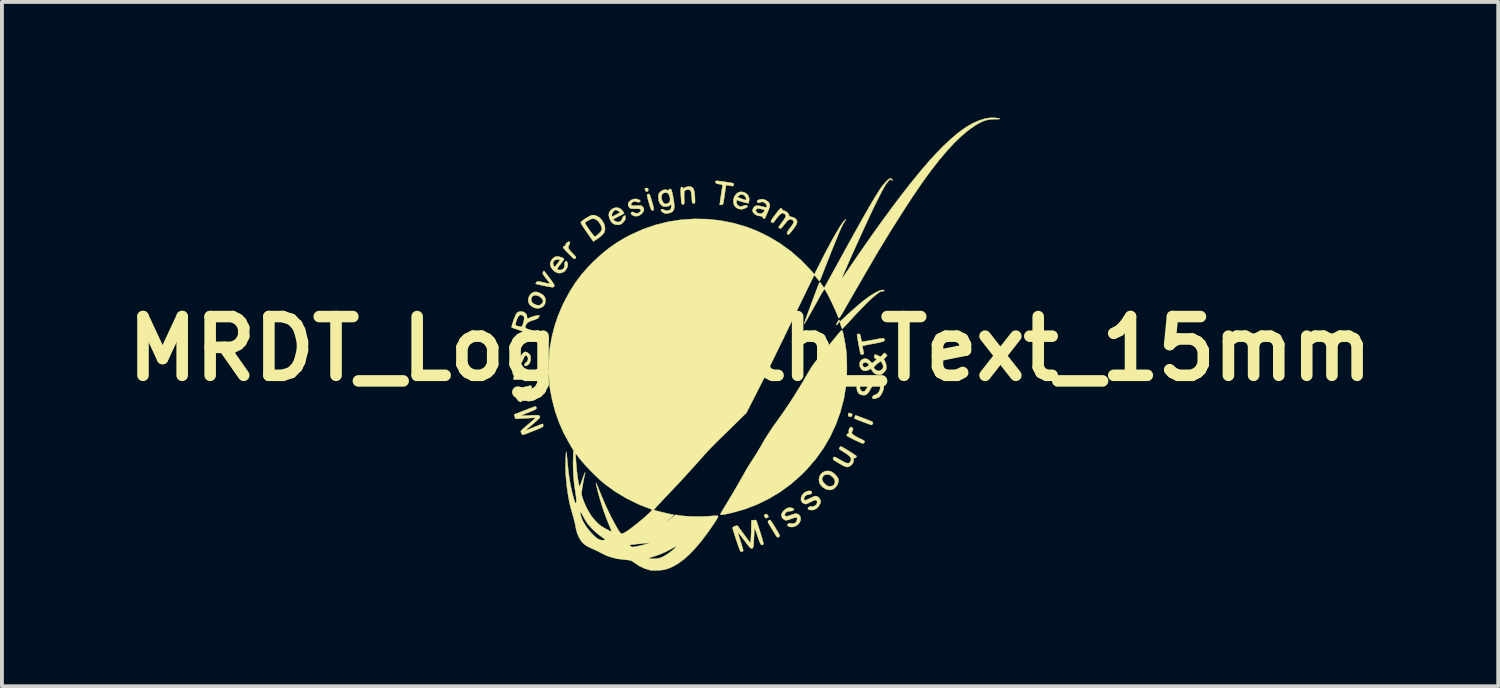
<source format=kicad_pcb>
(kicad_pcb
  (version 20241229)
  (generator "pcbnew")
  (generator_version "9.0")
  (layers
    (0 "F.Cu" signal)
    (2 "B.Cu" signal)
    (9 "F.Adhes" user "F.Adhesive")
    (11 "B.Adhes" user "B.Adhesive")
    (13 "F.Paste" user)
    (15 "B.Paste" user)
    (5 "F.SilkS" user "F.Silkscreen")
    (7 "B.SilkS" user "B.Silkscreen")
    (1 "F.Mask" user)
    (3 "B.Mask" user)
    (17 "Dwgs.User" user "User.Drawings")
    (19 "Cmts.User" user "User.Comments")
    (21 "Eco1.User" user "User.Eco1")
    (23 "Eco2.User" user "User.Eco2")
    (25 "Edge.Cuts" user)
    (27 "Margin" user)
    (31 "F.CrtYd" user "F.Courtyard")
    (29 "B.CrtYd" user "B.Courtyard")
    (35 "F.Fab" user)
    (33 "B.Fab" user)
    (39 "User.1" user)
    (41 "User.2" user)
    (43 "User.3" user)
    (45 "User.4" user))
  (footprint "MRDT_Logo_With_Text_15mm"
    (layer "F.Cu")
    (at 16.408 5.997)
    (property "Reference" "MRDT_Logo_With_Text_15mm" (at 0 0 0) (layer "F.SilkS") (effects (font (size 1.524 1.524) (thickness 0.3))))
    (attr through_hole)
    (fp_poly (pts (xy 2.604 1.674) (xy 2.641 1.691) (xy 2.651 1.711) (xy 2.643 1.743) (xy 2.62 1.765) (xy 2.583 1.765) (xy 2.558 1.754) (xy 2.543 1.726) (xy 2.546 1.699) (xy 2.556 1.671) (xy 2.574 1.666) (xy 2.604 1.674)) (stroke (width 0.01) (type solid)) (fill yes) (layer "F.SilkS"))
    (fp_poly (pts (xy -2.664 -4.169) (xy -2.649 -4.159) (xy -2.637 -4.12) (xy -2.65 -4.089) (xy -2.669 -4.078) (xy -2.698 -4.08) (xy -2.717 -4.109) (xy -2.718 -4.11) (xy -2.73 -4.144) (xy -2.728 -4.159) (xy -2.707 -4.167) (xy -2.697 -4.169) (xy -2.664 -4.169)) (stroke (width 0.01) (type solid)) (fill yes) (layer "F.SilkS"))
    (fp_poly (pts (xy 2.323 -0.74) (xy 2.32 -0.709) (xy 2.32 -0.709) (xy 2.308 -0.685) (xy 2.286 -0.656) (xy 2.261 -0.63) (xy 2.242 -0.615) (xy 2.235 -0.617) (xy 2.241 -0.637) (xy 2.258 -0.674) (xy 2.267 -0.692) (xy 2.291 -0.73) (xy 2.312 -0.747) (xy 2.323 -0.74)) (stroke (width 0.01) (type solid)) (fill yes) (layer "F.SilkS"))
    (fp_poly (pts (xy 0.445 4.3) (xy 0.458 4.319) (xy 0.475 4.349) (xy 0.48 4.364) (xy 0.48 4.364) (xy 0.463 4.374) (xy 0.439 4.387) (xy 0.412 4.396) (xy 0.394 4.385) (xy 0.379 4.359) (xy 0.365 4.326) (xy 0.369 4.309) (xy 0.393 4.295) (xy 0.423 4.287) (xy 0.445 4.3)) (stroke (width 0.01) (type solid)) (fill yes) (layer "F.SilkS"))
    (fp_poly (pts (xy -2.606 -4.001) (xy -2.59 -3.967) (xy -2.554 -3.848) (xy -2.527 -3.757) (xy -2.509 -3.689) (xy -2.501 -3.641) (xy -2.501 -3.611) (xy -2.508 -3.593) (xy -2.524 -3.586) (xy -2.536 -3.585) (xy -2.55 -3.59) (xy -2.564 -3.609) (xy -2.581 -3.647) (xy -2.601 -3.706) (xy -2.625 -3.789) (xy -2.65 -3.877) (xy -2.665 -3.939) (xy -2.671 -3.979) (xy -2.669 -4) (xy -2.664 -4.006) (xy -2.63 -4.018) (xy -2.606 -4.001)) (stroke (width 0.01) (type solid)) (fill yes) (layer "F.SilkS"))
    (fp_poly (pts (xy 2.947 1.804) (xy 3.026 1.834) (xy 3.094 1.861) (xy 3.145 1.883) (xy 3.175 1.898) (xy 3.179 1.9) (xy 3.188 1.925) (xy 3.179 1.954) (xy 3.157 1.974) (xy 3.146 1.976) (xy 3.125 1.97) (xy 3.079 1.954) (xy 3.017 1.931) (xy 2.942 1.903) (xy 2.926 1.896) (xy 2.851 1.867) (xy 2.786 1.842) (xy 2.738 1.823) (xy 2.713 1.814) (xy 2.712 1.813) (xy 2.708 1.797) (xy 2.717 1.766) (xy 2.736 1.725) (xy 2.947 1.804)) (stroke (width 0.01) (type solid)) (fill yes) (layer "F.SilkS"))
    (fp_poly (pts (xy 0.536 4.458) (xy 0.562 4.494) (xy 0.596 4.547) (xy 0.635 4.609) (xy 0.675 4.675) (xy 0.713 4.738) (xy 0.743 4.793) (xy 0.764 4.832) (xy 0.771 4.85) (xy 0.759 4.873) (xy 0.74 4.887) (xy 0.719 4.893) (xy 0.7 4.883) (xy 0.675 4.851) (xy 0.665 4.835) (xy 0.637 4.791) (xy 0.599 4.729) (xy 0.557 4.66) (xy 0.535 4.624) (xy 0.497 4.56) (xy 0.473 4.517) (xy 0.463 4.491) (xy 0.464 4.474) (xy 0.474 4.462) (xy 0.478 4.46) (xy 0.507 4.444) (xy 0.522 4.443) (xy 0.536 4.458)) (stroke (width 0.01) (type solid)) (fill yes) (layer "F.SilkS"))
    (fp_poly (pts (xy -4.677 -2.769) (xy -4.673 -2.74) (xy -4.686 -2.701) (xy -4.696 -2.686) (xy -4.713 -2.657) (xy -4.717 -2.629) (xy -4.706 -2.598) (xy -4.678 -2.557) (xy -4.629 -2.502) (xy -4.595 -2.466) (xy -4.55 -2.418) (xy -4.524 -2.387) (xy -4.515 -2.368) (xy -4.519 -2.353) (xy -4.53 -2.342) (xy -4.543 -2.333) (xy -4.558 -2.332) (xy -4.578 -2.343) (xy -4.608 -2.367) (xy -4.652 -2.41) (xy -4.709 -2.467) (xy -4.775 -2.535) (xy -4.82 -2.585) (xy -4.844 -2.619) (xy -4.85 -2.641) (xy -4.849 -2.645) (xy -4.829 -2.664) (xy -4.815 -2.663) (xy -4.795 -2.665) (xy -4.791 -2.687) (xy -4.778 -2.721) (xy -4.748 -2.755) (xy -4.713 -2.778) (xy -4.7 -2.781) (xy -4.677 -2.769)) (stroke (width 0.01) (type solid)) (fill yes) (layer "F.SilkS"))
    (fp_poly (pts (xy -6.081 0.576) (xy -6.064 0.605) (xy -6.061 0.628) (xy -6.055 0.661) (xy -6.037 0.683) (xy -6.001 0.698) (xy -5.942 0.705) (xy -5.856 0.707) (xy -5.845 0.707) (xy -5.774 0.708) (xy -5.729 0.71) (xy -5.704 0.715) (xy -5.693 0.724) (xy -5.691 0.74) (xy -5.691 0.745) (xy -5.693 0.763) (xy -5.702 0.775) (xy -5.725 0.782) (xy -5.768 0.788) (xy -5.837 0.793) (xy -5.838 0.793) (xy -5.951 0.8) (xy -6.035 0.803) (xy -6.093 0.802) (xy -6.127 0.797) (xy -6.14 0.787) (xy -6.141 0.784) (xy -6.132 0.753) (xy -6.126 0.74) (xy -6.123 0.707) (xy -6.134 0.685) (xy -6.155 0.645) (xy -6.15 0.61) (xy -6.137 0.589) (xy -6.109 0.569) (xy -6.081 0.576)) (stroke (width 0.01) (type solid)) (fill yes) (layer "F.SilkS"))
    (fp_poly (pts (xy 3.467 -1.521) (xy 3.476 -1.514) (xy 3.483 -1.501) (xy 3.464 -1.495) (xy 3.45 -1.495) (xy 3.418 -1.492) (xy 3.385 -1.482) (xy 3.347 -1.46) (xy 3.297 -1.424) (xy 3.231 -1.37) (xy 3.215 -1.358) (xy 3.125 -1.278) (xy 3.016 -1.173) (xy 2.89 -1.044) (xy 2.745 -0.892) (xy 2.59 -0.723) (xy 2.529 -0.657) (xy 2.475 -0.599) (xy 2.432 -0.554) (xy 2.403 -0.525) (xy 2.394 -0.517) (xy 2.383 -0.529) (xy 2.368 -0.563) (xy 2.354 -0.605) (xy 2.327 -0.698) (xy 2.429 -0.795) (xy 2.535 -0.893) (xy 2.644 -0.992) (xy 2.753 -1.087) (xy 2.853 -1.173) (xy 2.94 -1.243) (xy 2.974 -1.27) (xy 3.089 -1.354) (xy 3.195 -1.422) (xy 3.288 -1.474) (xy 3.366 -1.509) (xy 3.426 -1.525) (xy 3.467 -1.521)) (stroke (width 0.01) (type solid)) (fill yes) (layer "F.SilkS"))
    (fp_poly (pts (xy 2.649 2.047) (xy 2.671 2.071) (xy 2.67 2.095) (xy 2.659 2.119) (xy 2.643 2.157) (xy 2.637 2.182) (xy 2.65 2.207) (xy 2.688 2.239) (xy 2.745 2.276) (xy 2.814 2.313) (xy 2.867 2.338) (xy 2.928 2.366) (xy 2.962 2.389) (xy 2.972 2.412) (xy 2.961 2.438) (xy 2.954 2.447) (xy 2.943 2.455) (xy 2.927 2.457) (xy 2.9 2.45) (xy 2.857 2.433) (xy 2.795 2.405) (xy 2.713 2.366) (xy 2.629 2.324) (xy 2.571 2.294) (xy 2.533 2.273) (xy 2.513 2.257) (xy 2.506 2.244) (xy 2.509 2.231) (xy 2.513 2.225) (xy 2.534 2.201) (xy 2.551 2.198) (xy 2.563 2.192) (xy 2.563 2.16) (xy 2.562 2.151) (xy 2.563 2.097) (xy 2.585 2.057) (xy 2.609 2.031) (xy 2.626 2.029) (xy 2.649 2.047)) (stroke (width 0.01) (type solid)) (fill yes) (layer "F.SilkS"))
    (fp_poly (pts (xy -5.481 -1.457) (xy -5.436 -1.437) (xy -5.365 -1.391) (xy -5.323 -1.335) (xy -5.306 -1.266) (xy -5.305 -1.245) (xy -5.319 -1.169) (xy -5.357 -1.109) (xy -5.413 -1.068) (xy -5.482 -1.048) (xy -5.56 -1.052) (xy -5.629 -1.077) (xy -5.677 -1.109) (xy -5.717 -1.146) (xy -5.722 -1.151) (xy -5.75 -1.211) (xy -5.753 -1.264) (xy -5.68 -1.264) (xy -5.661 -1.211) (xy -5.611 -1.166) (xy -5.595 -1.157) (xy -5.522 -1.129) (xy -5.459 -1.13) (xy -5.411 -1.158) (xy -5.403 -1.168) (xy -5.379 -1.206) (xy -5.369 -1.239) (xy -5.369 -1.24) (xy -5.383 -1.279) (xy -5.417 -1.321) (xy -5.463 -1.358) (xy -5.511 -1.379) (xy -5.514 -1.38) (xy -5.581 -1.388) (xy -5.627 -1.377) (xy -5.658 -1.346) (xy -5.668 -1.326) (xy -5.68 -1.264) (xy -5.753 -1.264) (xy -5.754 -1.281) (xy -5.736 -1.35) (xy -5.698 -1.411) (xy -5.644 -1.454) (xy -5.592 -1.474) (xy -5.541 -1.475) (xy -5.481 -1.457)) (stroke (width 0.01) (type solid)) (fill yes) (layer "F.SilkS"))
    (fp_poly (pts (xy -5.335 -2.009) (xy -5.308 -1.974) (xy -5.269 -1.923) (xy -5.222 -1.86) (xy -5.203 -1.835) (xy -5.147 -1.761) (xy -5.11 -1.707) (xy -5.087 -1.67) (xy -5.078 -1.644) (xy -5.079 -1.627) (xy -5.081 -1.622) (xy -5.089 -1.608) (xy -5.1 -1.6) (xy -5.118 -1.596) (xy -5.149 -1.598) (xy -5.197 -1.605) (xy -5.266 -1.618) (xy -5.357 -1.637) (xy -5.434 -1.653) (xy -5.497 -1.668) (xy -5.541 -1.679) (xy -5.561 -1.686) (xy -5.562 -1.687) (xy -5.553 -1.705) (xy -5.538 -1.727) (xy -5.527 -1.74) (xy -5.513 -1.747) (xy -5.49 -1.747) (xy -5.451 -1.741) (xy -5.392 -1.728) (xy -5.346 -1.717) (xy -5.279 -1.702) (xy -5.227 -1.693) (xy -5.196 -1.691) (xy -5.19 -1.694) (xy -5.205 -1.714) (xy -5.235 -1.753) (xy -5.275 -1.803) (xy -5.296 -1.83) (xy -5.34 -1.887) (xy -5.366 -1.925) (xy -5.377 -1.951) (xy -5.377 -1.972) (xy -5.371 -1.989) (xy -5.356 -2.016) (xy -5.347 -2.024) (xy -5.335 -2.009)) (stroke (width 0.01) (type solid)) (fill yes) (layer "F.SilkS"))
    (fp_poly (pts (xy -0.83 -4.354) (xy -0.776 -4.347) (xy -0.708 -4.338) (xy -0.634 -4.327) (xy -0.562 -4.316) (xy -0.498 -4.305) (xy -0.451 -4.295) (xy -0.426 -4.289) (xy -0.425 -4.288) (xy -0.419 -4.264) (xy -0.431 -4.236) (xy -0.452 -4.219) (xy -0.463 -4.218) (xy -0.496 -4.225) (xy -0.544 -4.234) (xy -0.557 -4.236) (xy -0.623 -4.246) (xy -0.651 -4.056) (xy -0.667 -3.948) (xy -0.679 -3.867) (xy -0.689 -3.81) (xy -0.697 -3.773) (xy -0.705 -3.75) (xy -0.714 -3.739) (xy -0.724 -3.735) (xy -0.738 -3.733) (xy -0.744 -3.733) (xy -0.776 -3.731) (xy -0.788 -3.736) (xy -0.785 -3.757) (xy -0.779 -3.802) (xy -0.77 -3.866) (xy -0.76 -3.94) (xy -0.748 -4.017) (xy -0.737 -4.091) (xy -0.727 -4.155) (xy -0.719 -4.201) (xy -0.716 -4.222) (xy -0.714 -4.242) (xy -0.726 -4.255) (xy -0.759 -4.264) (xy -0.8 -4.27) (xy -0.853 -4.28) (xy -0.882 -4.292) (xy -0.895 -4.309) (xy -0.897 -4.32) (xy -0.895 -4.348) (xy -0.87 -4.356) (xy -0.865 -4.356) (xy -0.83 -4.354)) (stroke (width 0.01) (type solid)) (fill yes) (layer "F.SilkS"))
    (fp_poly (pts (xy 2.095 3.182) (xy 2.143 3.208) (xy 2.196 3.252) (xy 2.245 3.304) (xy 2.281 3.356) (xy 2.292 3.384) (xy 2.294 3.45) (xy 2.271 3.517) (xy 2.23 3.58) (xy 2.177 3.63) (xy 2.116 3.659) (xy 2.078 3.664) (xy 2.026 3.659) (xy 1.98 3.648) (xy 1.978 3.647) (xy 1.939 3.627) (xy 1.893 3.597) (xy 1.885 3.591) (xy 1.826 3.53) (xy 1.794 3.461) (xy 1.787 3.402) (xy 1.869 3.402) (xy 1.894 3.453) (xy 1.935 3.499) (xy 1.979 3.539) (xy 2.013 3.56) (xy 2.05 3.568) (xy 2.072 3.569) (xy 2.136 3.559) (xy 2.17 3.537) (xy 2.197 3.489) (xy 2.202 3.446) (xy 2.197 3.405) (xy 2.178 3.369) (xy 2.139 3.327) (xy 2.137 3.325) (xy 2.094 3.288) (xy 2.057 3.269) (xy 2.013 3.264) (xy 2.002 3.263) (xy 1.951 3.268) (xy 1.918 3.285) (xy 1.898 3.306) (xy 1.87 3.355) (xy 1.869 3.402) (xy 1.787 3.402) (xy 1.785 3.39) (xy 1.799 3.321) (xy 1.831 3.26) (xy 1.881 3.21) (xy 1.944 3.178) (xy 2.02 3.168) (xy 2.095 3.182)) (stroke (width 0.01) (type solid)) (fill yes) (layer "F.SilkS"))
    (fp_poly (pts (xy 2.84 -0.382) (xy 2.854 -0.366) (xy 2.866 -0.33) (xy 2.874 -0.287) (xy 2.885 -0.235) (xy 2.894 -0.196) (xy 2.899 -0.182) (xy 2.916 -0.183) (xy 2.96 -0.189) (xy 3.025 -0.2) (xy 3.106 -0.214) (xy 3.191 -0.23) (xy 3.296 -0.25) (xy 3.375 -0.264) (xy 3.429 -0.27) (xy 3.464 -0.27) (xy 3.482 -0.262) (xy 3.489 -0.247) (xy 3.487 -0.224) (xy 3.486 -0.214) (xy 3.479 -0.203) (xy 3.46 -0.191) (xy 3.425 -0.18) (xy 3.371 -0.166) (xy 3.292 -0.149) (xy 3.199 -0.131) (xy 3.108 -0.114) (xy 3.03 -0.098) (xy 2.968 -0.086) (xy 2.928 -0.078) (xy 2.915 -0.074) (xy 2.916 -0.057) (xy 2.924 -0.014) (xy 2.937 0.05) (xy 2.95 0.107) (xy 2.949 0.134) (xy 2.924 0.147) (xy 2.916 0.149) (xy 2.883 0.149) (xy 2.868 0.138) (xy 2.86 0.11) (xy 2.849 0.06) (xy 2.836 -0.007) (xy 2.821 -0.082) (xy 2.807 -0.161) (xy 2.794 -0.236) (xy 2.784 -0.301) (xy 2.777 -0.348) (xy 2.775 -0.372) (xy 2.775 -0.374) (xy 2.796 -0.383) (xy 2.819 -0.386) (xy 2.84 -0.382)) (stroke (width 0.01) (type solid)) (fill yes) (layer "F.SilkS"))
    (fp_poly (pts (xy -3.409 -3.655) (xy -3.345 -3.62) (xy -3.293 -3.559) (xy -3.292 -3.558) (xy -3.265 -3.51) (xy -3.558 -3.355) (xy -3.521 -3.325) (xy -3.463 -3.293) (xy -3.407 -3.287) (xy -3.359 -3.307) (xy -3.326 -3.35) (xy -3.317 -3.377) (xy -3.298 -3.42) (xy -3.265 -3.45) (xy -3.24 -3.456) (xy -3.234 -3.442) (xy -3.231 -3.407) (xy -3.231 -3.398) (xy -3.237 -3.356) (xy -3.258 -3.317) (xy -3.294 -3.278) (xy -3.334 -3.24) (xy -3.369 -3.222) (xy -3.411 -3.216) (xy -3.436 -3.215) (xy -3.505 -3.222) (xy -3.555 -3.246) (xy -3.559 -3.249) (xy -3.61 -3.306) (xy -3.648 -3.381) (xy -3.665 -3.46) (xy -3.665 -3.472) (xy -3.665 -3.473) (xy -3.585 -3.473) (xy -3.585 -3.424) (xy -3.48 -3.476) (xy -3.429 -3.503) (xy -3.392 -3.525) (xy -3.376 -3.539) (xy -3.376 -3.54) (xy -3.389 -3.555) (xy -3.42 -3.574) (xy -3.456 -3.592) (xy -3.485 -3.601) (xy -3.488 -3.601) (xy -3.52 -3.587) (xy -3.552 -3.554) (xy -3.576 -3.511) (xy -3.585 -3.473) (xy -3.665 -3.473) (xy -3.659 -3.523) (xy -3.636 -3.566) (xy -3.613 -3.595) (xy -3.55 -3.643) (xy -3.48 -3.662) (xy -3.409 -3.655)) (stroke (width 0.01) (type solid)) (fill yes) (layer "F.SilkS"))
    (fp_poly (pts (xy 2.38 2.545) (xy 2.423 2.568) (xy 2.479 2.601) (xy 2.542 2.639) (xy 2.607 2.68) (xy 2.668 2.719) (xy 2.718 2.753) (xy 2.753 2.778) (xy 2.765 2.79) (xy 2.753 2.819) (xy 2.725 2.835) (xy 2.707 2.834) (xy 2.692 2.837) (xy 2.686 2.864) (xy 2.685 2.894) (xy 2.68 2.943) (xy 2.66 2.982) (xy 2.63 3.016) (xy 2.577 3.056) (xy 2.523 3.069) (xy 2.461 3.055) (xy 2.418 3.034) (xy 2.37 3.007) (xy 2.308 2.972) (xy 2.247 2.935) (xy 2.193 2.903) (xy 2.163 2.881) (xy 2.152 2.863) (xy 2.154 2.845) (xy 2.159 2.834) (xy 2.167 2.816) (xy 2.177 2.807) (xy 2.192 2.806) (xy 2.219 2.816) (xy 2.262 2.839) (xy 2.326 2.875) (xy 2.355 2.892) (xy 2.436 2.936) (xy 2.495 2.962) (xy 2.538 2.971) (xy 2.569 2.964) (xy 2.593 2.942) (xy 2.595 2.938) (xy 2.618 2.895) (xy 2.621 2.853) (xy 2.602 2.812) (xy 2.559 2.768) (xy 2.49 2.717) (xy 2.41 2.666) (xy 2.355 2.633) (xy 2.323 2.611) (xy 2.311 2.594) (xy 2.313 2.579) (xy 2.32 2.566) (xy 2.342 2.541) (xy 2.357 2.535) (xy 2.38 2.545)) (stroke (width 0.01) (type solid)) (fill yes) (layer "F.SilkS"))
    (fp_poly (pts (xy -4.031 -3.465) (xy -3.958 -3.437) (xy -3.891 -3.388) (xy -3.833 -3.322) (xy -3.789 -3.244) (xy -3.765 -3.16) (xy -3.762 -3.119) (xy -3.767 -3.064) (xy -3.785 -3.015) (xy -3.819 -2.968) (xy -3.874 -2.917) (xy -3.952 -2.858) (xy -3.99 -2.832) (xy -4.065 -2.781) (xy -4.236 -3.024) (xy -4.297 -3.113) (xy -4.342 -3.18) (xy -4.371 -3.228) (xy -4.387 -3.26) (xy -4.389 -3.269) (xy -4.281 -3.269) (xy -4.276 -3.25) (xy -4.255 -3.213) (xy -4.223 -3.162) (xy -4.183 -3.103) (xy -4.14 -3.043) (xy -4.099 -2.988) (xy -4.063 -2.944) (xy -4.037 -2.916) (xy -4.026 -2.91) (xy -4.003 -2.92) (xy -3.966 -2.948) (xy -3.923 -2.987) (xy -3.922 -2.987) (xy -3.873 -3.04) (xy -3.848 -3.084) (xy -3.846 -3.131) (xy -3.865 -3.188) (xy -3.883 -3.227) (xy -3.933 -3.302) (xy -3.994 -3.352) (xy -4.061 -3.375) (xy -4.078 -3.376) (xy -4.115 -3.368) (xy -4.165 -3.346) (xy -4.218 -3.318) (xy -4.26 -3.289) (xy -4.281 -3.269) (xy -4.389 -3.269) (xy -4.391 -3.28) (xy -4.387 -3.289) (xy -4.357 -3.317) (xy -4.308 -3.352) (xy -4.249 -3.391) (xy -4.189 -3.426) (xy -4.137 -3.453) (xy -4.103 -3.466) (xy -4.031 -3.465)) (stroke (width 0.01) (type solid)) (fill yes) (layer "F.SilkS"))
    (fp_poly (pts (xy -1.546 -4.207) (xy -1.502 -4.189) (xy -1.469 -4.15) (xy -1.448 -4.089) (xy -1.435 -4) (xy -1.429 -3.899) (xy -1.428 -3.835) (xy -1.429 -3.797) (xy -1.436 -3.777) (xy -1.448 -3.771) (xy -1.464 -3.77) (xy -1.482 -3.771) (xy -1.494 -3.78) (xy -1.502 -3.801) (xy -1.507 -3.841) (xy -1.512 -3.906) (xy -1.513 -3.927) (xy -1.52 -3.997) (xy -1.528 -4.056) (xy -1.538 -4.096) (xy -1.543 -4.108) (xy -1.578 -4.127) (xy -1.626 -4.129) (xy -1.673 -4.114) (xy -1.681 -4.109) (xy -1.695 -4.095) (xy -1.704 -4.076) (xy -1.708 -4.044) (xy -1.709 -3.992) (xy -1.708 -3.916) (xy -1.706 -3.84) (xy -1.706 -3.791) (xy -1.709 -3.763) (xy -1.717 -3.75) (xy -1.73 -3.746) (xy -1.741 -3.746) (xy -1.759 -3.747) (xy -1.771 -3.757) (xy -1.779 -3.779) (xy -1.785 -3.822) (xy -1.79 -3.89) (xy -1.79 -3.893) (xy -1.797 -4) (xy -1.801 -4.079) (xy -1.8 -4.134) (xy -1.796 -4.169) (xy -1.787 -4.188) (xy -1.774 -4.195) (xy -1.768 -4.196) (xy -1.741 -4.185) (xy -1.736 -4.169) (xy -1.734 -4.152) (xy -1.721 -4.157) (xy -1.705 -4.171) (xy -1.669 -4.191) (xy -1.619 -4.205) (xy -1.604 -4.207) (xy -1.546 -4.207)) (stroke (width 0.01) (type solid)) (fill yes) (layer "F.SilkS"))
    (fp_poly (pts (xy -0.15 -4.058) (xy -0.088 -4.021) (xy -0.043 -3.966) (xy -0.022 -3.898) (xy -0.024 -3.845) (xy -0.033 -3.804) (xy -0.04 -3.778) (xy -0.041 -3.776) (xy -0.058 -3.776) (xy -0.099 -3.784) (xy -0.156 -3.799) (xy -0.197 -3.81) (xy -0.346 -3.855) (xy -0.351 -3.815) (xy -0.345 -3.761) (xy -0.316 -3.718) (xy -0.272 -3.693) (xy -0.221 -3.69) (xy -0.183 -3.705) (xy -0.145 -3.72) (xy -0.106 -3.723) (xy -0.075 -3.714) (xy -0.064 -3.697) (xy -0.078 -3.675) (xy -0.114 -3.651) (xy -0.16 -3.631) (xy -0.207 -3.619) (xy -0.225 -3.618) (xy -0.28 -3.625) (xy -0.334 -3.644) (xy -0.334 -3.644) (xy -0.389 -3.688) (xy -0.423 -3.75) (xy -0.434 -3.825) (xy -0.422 -3.906) (xy -0.409 -3.938) (xy -0.322 -3.938) (xy -0.308 -3.928) (xy -0.272 -3.912) (xy -0.225 -3.893) (xy -0.175 -3.876) (xy -0.131 -3.864) (xy -0.107 -3.859) (xy -0.1 -3.872) (xy -0.103 -3.902) (xy -0.128 -3.953) (xy -0.169 -3.99) (xy -0.215 -4.003) (xy -0.252 -3.995) (xy -0.289 -3.975) (xy -0.316 -3.952) (xy -0.322 -3.938) (xy -0.409 -3.938) (xy -0.402 -3.955) (xy -0.354 -4.022) (xy -0.294 -4.061) (xy -0.227 -4.072) (xy -0.15 -4.058)) (stroke (width 0.01) (type solid)) (fill yes) (layer "F.SilkS"))
    (fp_poly (pts (xy -2.948 -3.886) (xy -2.902 -3.875) (xy -2.867 -3.858) (xy -2.848 -3.837) (xy -2.85 -3.817) (xy -2.872 -3.803) (xy -2.904 -3.802) (xy -2.947 -3.811) (xy -2.951 -3.812) (xy -2.993 -3.823) (xy -3.025 -3.816) (xy -3.045 -3.804) (xy -3.075 -3.775) (xy -3.087 -3.744) (xy -3.084 -3.726) (xy -3.072 -3.716) (xy -3.042 -3.713) (xy -2.989 -3.714) (xy -2.978 -3.714) (xy -2.905 -3.716) (xy -2.856 -3.716) (xy -2.825 -3.711) (xy -2.803 -3.7) (xy -2.783 -3.683) (xy -2.781 -3.681) (xy -2.753 -3.634) (xy -2.756 -3.582) (xy -2.791 -3.523) (xy -2.801 -3.512) (xy -2.864 -3.461) (xy -2.933 -3.438) (xy -3.001 -3.443) (xy -3.016 -3.448) (xy -3.067 -3.476) (xy -3.09 -3.505) (xy -3.083 -3.532) (xy -3.078 -3.537) (xy -3.055 -3.549) (xy -3.027 -3.543) (xy -3.006 -3.531) (xy -2.947 -3.512) (xy -2.89 -3.525) (xy -2.853 -3.554) (xy -2.831 -3.59) (xy -2.839 -3.615) (xy -2.876 -3.63) (xy -2.938 -3.633) (xy -3.012 -3.632) (xy -3.062 -3.633) (xy -3.094 -3.638) (xy -3.116 -3.649) (xy -3.135 -3.665) (xy -3.163 -3.712) (xy -3.164 -3.762) (xy -3.141 -3.811) (xy -3.097 -3.851) (xy -3.037 -3.879) (xy -3 -3.886) (xy -2.948 -3.886)) (stroke (width 0.01) (type solid)) (fill yes) (layer "F.SilkS"))
    (fp_poly (pts (xy -5.786 0.092) (xy -5.744 0.122) (xy -5.738 0.127) (xy -5.707 0.166) (xy -5.693 0.208) (xy -5.691 0.249) (xy -5.701 0.331) (xy -5.732 0.394) (xy -5.779 0.431) (xy -5.822 0.447) (xy -5.844 0.445) (xy -5.851 0.421) (xy -5.852 0.413) (xy -5.837 0.374) (xy -5.812 0.357) (xy -5.78 0.329) (xy -5.763 0.288) (xy -5.76 0.243) (xy -5.773 0.204) (xy -5.799 0.18) (xy -5.818 0.177) (xy -5.839 0.186) (xy -5.86 0.215) (xy -5.885 0.271) (xy -5.887 0.276) (xy -5.917 0.341) (xy -5.951 0.391) (xy -5.968 0.407) (xy -5.999 0.428) (xy -6.025 0.431) (xy -6.06 0.418) (xy -6.067 0.414) (xy -6.115 0.375) (xy -6.142 0.319) (xy -6.15 0.255) (xy -6.137 0.189) (xy -6.103 0.133) (xy -6.082 0.113) (xy -6.045 0.087) (xy -6.023 0.084) (xy -6.01 0.104) (xy -6.007 0.115) (xy -6.01 0.151) (xy -6.037 0.18) (xy -6.066 0.214) (xy -6.076 0.26) (xy -6.077 0.274) (xy -6.074 0.315) (xy -6.064 0.333) (xy -6.039 0.338) (xy -6.038 0.338) (xy -6.013 0.332) (xy -5.994 0.312) (xy -5.976 0.269) (xy -5.972 0.257) (xy -5.939 0.18) (xy -5.898 0.122) (xy -5.855 0.088) (xy -5.825 0.08) (xy -5.786 0.092)) (stroke (width 0.01) (type solid)) (fill yes) (layer "F.SilkS"))
    (fp_poly (pts (xy 1.083 4.129) (xy 1.121 4.143) (xy 1.141 4.16) (xy 1.141 4.164) (xy 1.127 4.189) (xy 1.091 4.207) (xy 1.043 4.215) (xy 1.031 4.214) (xy 0.977 4.222) (xy 0.931 4.248) (xy 0.904 4.286) (xy 0.9 4.307) (xy 0.91 4.336) (xy 0.941 4.346) (xy 0.994 4.337) (xy 1.052 4.316) (xy 1.109 4.296) (xy 1.161 4.281) (xy 1.191 4.276) (xy 1.249 4.291) (xy 1.291 4.331) (xy 1.312 4.384) (xy 1.31 4.451) (xy 1.282 4.514) (xy 1.234 4.567) (xy 1.173 4.605) (xy 1.104 4.625) (xy 1.035 4.622) (xy 1.001 4.61) (xy 0.971 4.592) (xy 0.969 4.573) (xy 0.987 4.546) (xy 1.008 4.528) (xy 1.038 4.528) (xy 1.061 4.534) (xy 1.124 4.538) (xy 1.175 4.516) (xy 1.209 4.472) (xy 1.219 4.432) (xy 1.22 4.4) (xy 1.214 4.381) (xy 1.196 4.375) (xy 1.161 4.382) (xy 1.104 4.4) (xy 1.057 4.417) (xy 0.994 4.438) (xy 0.953 4.449) (xy 0.925 4.451) (xy 0.902 4.444) (xy 0.888 4.436) (xy 0.838 4.394) (xy 0.813 4.34) (xy 0.818 4.282) (xy 0.82 4.275) (xy 0.855 4.22) (xy 0.909 4.17) (xy 0.968 4.133) (xy 0.997 4.124) (xy 1.038 4.122) (xy 1.083 4.129)) (stroke (width 0.01) (type solid)) (fill yes) (layer "F.SilkS"))
    (fp_poly (pts (xy 1.598 3.705) (xy 1.602 3.738) (xy 1.6 3.744) (xy 1.583 3.769) (xy 1.546 3.778) (xy 1.536 3.778) (xy 1.481 3.789) (xy 1.434 3.818) (xy 1.404 3.857) (xy 1.399 3.884) (xy 1.406 3.917) (xy 1.419 3.931) (xy 1.442 3.928) (xy 1.485 3.912) (xy 1.541 3.887) (xy 1.563 3.875) (xy 1.626 3.844) (xy 1.668 3.827) (xy 1.698 3.821) (xy 1.725 3.825) (xy 1.736 3.828) (xy 1.782 3.859) (xy 1.817 3.907) (xy 1.833 3.96) (xy 1.833 3.964) (xy 1.821 4.013) (xy 1.792 4.069) (xy 1.752 4.119) (xy 1.73 4.139) (xy 1.662 4.178) (xy 1.594 4.187) (xy 1.547 4.178) (xy 1.509 4.165) (xy 1.497 4.152) (xy 1.507 4.128) (xy 1.514 4.117) (xy 1.537 4.096) (xy 1.574 4.093) (xy 1.586 4.095) (xy 1.641 4.092) (xy 1.689 4.07) (xy 1.725 4.034) (xy 1.741 3.991) (xy 1.734 3.951) (xy 1.719 3.931) (xy 1.697 3.925) (xy 1.664 3.933) (xy 1.612 3.955) (xy 1.561 3.981) (xy 1.503 4.01) (xy 1.465 4.026) (xy 1.437 4.03) (xy 1.412 4.024) (xy 1.399 4.019) (xy 1.347 3.983) (xy 1.321 3.931) (xy 1.321 3.868) (xy 1.349 3.799) (xy 1.35 3.799) (xy 1.406 3.733) (xy 1.479 3.696) (xy 1.513 3.688) (xy 1.568 3.688) (xy 1.598 3.705)) (stroke (width 0.01) (type solid)) (fill yes) (layer "F.SilkS"))
    (fp_poly (pts (xy -4.951 -2.389) (xy -4.901 -2.374) (xy -4.857 -2.355) (xy -4.829 -2.334) (xy -4.823 -2.323) (xy -4.832 -2.308) (xy -4.857 -2.273) (xy -4.894 -2.225) (xy -4.92 -2.192) (xy -4.968 -2.129) (xy -4.994 -2.087) (xy -4.998 -2.061) (xy -4.982 -2.047) (xy -4.944 -2.042) (xy -4.926 -2.042) (xy -4.87 -2.055) (xy -4.829 -2.092) (xy -4.811 -2.143) (xy -4.813 -2.175) (xy -4.815 -2.219) (xy -4.799 -2.25) (xy -4.791 -2.258) (xy -4.768 -2.277) (xy -4.755 -2.271) (xy -4.743 -2.244) (xy -4.729 -2.196) (xy -4.731 -2.153) (xy -4.748 -2.101) (xy -4.758 -2.079) (xy -4.802 -2.016) (xy -4.865 -1.976) (xy -4.939 -1.96) (xy -5.016 -1.973) (xy -5.024 -1.977) (xy -5.075 -2.009) (xy -5.126 -2.06) (xy -5.167 -2.119) (xy -5.168 -2.122) (xy -5.187 -2.19) (xy -5.182 -2.219) (xy -5.112 -2.219) (xy -5.1 -2.161) (xy -5.096 -2.153) (xy -5.079 -2.128) (xy -5.072 -2.122) (xy -5.059 -2.134) (xy -5.032 -2.164) (xy -5 -2.204) (xy -4.967 -2.248) (xy -4.943 -2.283) (xy -4.935 -2.3) (xy -4.95 -2.31) (xy -4.985 -2.315) (xy -4.999 -2.315) (xy -5.058 -2.302) (xy -5.097 -2.268) (xy -5.112 -2.219) (xy -5.182 -2.219) (xy -5.175 -2.259) (xy -5.131 -2.327) (xy -5.119 -2.339) (xy -5.077 -2.375) (xy -5.038 -2.392) (xy -4.995 -2.395) (xy -4.951 -2.389)) (stroke (width 0.01) (type solid)) (fill yes) (layer "F.SilkS"))
    (fp_poly (pts (xy -5.681 0.96) (xy -5.665 0.983) (xy -5.663 1.011) (xy -5.675 1.029) (xy -5.684 1.045) (xy -5.675 1.074) (xy -5.659 1.101) (xy -5.633 1.159) (xy -5.621 1.22) (xy -5.621 1.225) (xy -5.632 1.285) (xy -5.664 1.332) (xy -5.712 1.358) (xy -5.76 1.36) (xy -5.799 1.349) (xy -5.828 1.331) (xy -5.852 1.298) (xy -5.876 1.245) (xy -5.892 1.205) (xy -5.915 1.151) (xy -5.937 1.111) (xy -5.953 1.093) (xy -5.954 1.093) (xy -5.988 1.108) (xy -6.008 1.147) (xy -6.012 1.189) (xy -6.007 1.243) (xy -5.989 1.274) (xy -5.954 1.293) (xy -5.952 1.293) (xy -5.922 1.316) (xy -5.916 1.343) (xy -5.926 1.375) (xy -5.952 1.382) (xy -5.991 1.365) (xy -6.018 1.343) (xy -6.068 1.277) (xy -6.091 1.201) (xy -6.087 1.122) (xy -6.074 1.086) (xy -6.068 1.077) (xy -5.868 1.077) (xy -5.836 1.161) (xy -5.804 1.229) (xy -5.772 1.27) (xy -5.742 1.283) (xy -5.715 1.267) (xy -5.708 1.255) (xy -5.693 1.199) (xy -5.705 1.145) (xy -5.739 1.103) (xy -5.79 1.079) (xy -5.813 1.077) (xy -5.868 1.077) (xy -6.068 1.077) (xy -6.059 1.063) (xy -6.034 1.044) (xy -5.994 1.027) (xy -5.933 1.01) (xy -5.846 0.991) (xy -5.844 0.991) (xy -5.784 0.978) (xy -5.734 0.965) (xy -5.705 0.957) (xy -5.704 0.957) (xy -5.681 0.96)) (stroke (width 0.01) (type solid)) (fill yes) (layer "F.SilkS"))
    (fp_poly (pts (xy 0.386 -3.866) (xy 0.463 -3.819) (xy 0.465 -3.816) (xy 0.497 -3.782) (xy 0.512 -3.742) (xy 0.509 -3.692) (xy 0.489 -3.625) (xy 0.461 -3.555) (xy 0.434 -3.493) (xy 0.41 -3.439) (xy 0.395 -3.402) (xy 0.392 -3.397) (xy 0.378 -3.373) (xy 0.359 -3.376) (xy 0.35 -3.383) (xy 0.327 -3.407) (xy 0.322 -3.422) (xy 0.308 -3.435) (xy 0.274 -3.44) (xy 0.204 -3.451) (xy 0.141 -3.478) (xy 0.093 -3.518) (xy 0.067 -3.565) (xy 0.064 -3.586) (xy 0.066 -3.593) (xy 0.148 -3.593) (xy 0.152 -3.566) (xy 0.177 -3.537) (xy 0.226 -3.508) (xy 0.281 -3.506) (xy 0.333 -3.528) (xy 0.353 -3.547) (xy 0.373 -3.578) (xy 0.379 -3.596) (xy 0.379 -3.597) (xy 0.36 -3.605) (xy 0.32 -3.616) (xy 0.282 -3.626) (xy 0.229 -3.637) (xy 0.197 -3.638) (xy 0.176 -3.63) (xy 0.169 -3.623) (xy 0.148 -3.593) (xy 0.066 -3.593) (xy 0.074 -3.629) (xy 0.098 -3.671) (xy 0.129 -3.699) (xy 0.172 -3.712) (xy 0.23 -3.709) (xy 0.311 -3.692) (xy 0.322 -3.689) (xy 0.38 -3.674) (xy 0.413 -3.668) (xy 0.429 -3.672) (xy 0.434 -3.686) (xy 0.434 -3.704) (xy 0.42 -3.743) (xy 0.387 -3.78) (xy 0.344 -3.805) (xy 0.318 -3.81) (xy 0.278 -3.802) (xy 0.255 -3.793) (xy 0.221 -3.784) (xy 0.2 -3.795) (xy 0.18 -3.819) (xy 0.186 -3.841) (xy 0.222 -3.863) (xy 0.236 -3.869) (xy 0.31 -3.883) (xy 0.386 -3.866)) (stroke (width 0.01) (type solid)) (fill yes) (layer "F.SilkS"))
    (fp_poly (pts (xy 3.005 0.727) (xy 3.02 0.741) (xy 3.022 0.763) (xy 3.015 0.794) (xy 2.986 0.812) (xy 2.971 0.816) (xy 2.913 0.847) (xy 2.871 0.903) (xy 2.851 0.969) (xy 2.852 1.028) (xy 2.872 1.076) (xy 2.907 1.104) (xy 2.932 1.109) (xy 2.957 1.106) (xy 2.978 1.094) (xy 3.001 1.068) (xy 3.028 1.023) (xy 3.064 0.954) (xy 3.069 0.945) (xy 3.124 0.854) (xy 3.179 0.794) (xy 3.236 0.764) (xy 3.293 0.762) (xy 3.371 0.788) (xy 3.427 0.839) (xy 3.462 0.911) (xy 3.472 0.993) (xy 3.463 1.052) (xy 3.438 1.119) (xy 3.404 1.185) (xy 3.365 1.237) (xy 3.344 1.256) (xy 3.306 1.274) (xy 3.26 1.289) (xy 3.215 1.298) (xy 3.185 1.297) (xy 3.18 1.294) (xy 3.174 1.269) (xy 3.183 1.236) (xy 3.201 1.211) (xy 3.213 1.205) (xy 3.264 1.19) (xy 3.315 1.152) (xy 3.345 1.116) (xy 3.368 1.061) (xy 3.377 0.996) (xy 3.37 0.935) (xy 3.348 0.888) (xy 3.344 0.884) (xy 3.304 0.858) (xy 3.263 0.859) (xy 3.221 0.89) (xy 3.177 0.952) (xy 3.141 1.016) (xy 3.096 1.099) (xy 3.055 1.156) (xy 3.015 1.19) (xy 2.973 1.204) (xy 2.951 1.206) (xy 2.873 1.194) (xy 2.816 1.159) (xy 2.78 1.1) (xy 2.766 1.017) (xy 2.765 0.997) (xy 2.776 0.91) (xy 2.807 0.834) (xy 2.853 0.774) (xy 2.911 0.735) (xy 2.968 0.723) (xy 3.005 0.727)) (stroke (width 0.01) (type solid)) (fill yes) (layer "F.SilkS"))
    (fp_poly (pts (xy -2.055 -4.139) (xy -2.043 -4.125) (xy -2.031 -4.095) (xy -2.019 -4.046) (xy -2.003 -3.972) (xy -2 -3.955) (xy -1.978 -3.833) (xy -1.966 -3.738) (xy -1.965 -3.666) (xy -1.976 -3.612) (xy -1.998 -3.572) (xy -2.034 -3.543) (xy -2.067 -3.527) (xy -2.146 -3.506) (xy -2.216 -3.51) (xy -2.271 -3.54) (xy -2.275 -3.544) (xy -2.302 -3.575) (xy -2.315 -3.598) (xy -2.315 -3.599) (xy -2.302 -3.617) (xy -2.273 -3.621) (xy -2.24 -3.61) (xy -2.231 -3.604) (xy -2.186 -3.585) (xy -2.132 -3.584) (xy -2.083 -3.602) (xy -2.072 -3.611) (xy -2.048 -3.652) (xy -2.042 -3.694) (xy -2.043 -3.731) (xy -2.05 -3.74) (xy -2.068 -3.727) (xy -2.073 -3.723) (xy -2.122 -3.696) (xy -2.184 -3.685) (xy -2.245 -3.691) (xy -2.275 -3.704) (xy -2.334 -3.761) (xy -2.369 -3.838) (xy -2.379 -3.928) (xy -2.379 -3.935) (xy -2.299 -3.935) (xy -2.287 -3.854) (xy -2.247 -3.785) (xy -2.238 -3.774) (xy -2.203 -3.756) (xy -2.156 -3.76) (xy -2.107 -3.786) (xy -2.102 -3.791) (xy -2.081 -3.828) (xy -2.074 -3.883) (xy -2.083 -3.944) (xy -2.106 -3.999) (xy -2.135 -4.036) (xy -2.17 -4.05) (xy -2.189 -4.051) (xy -2.247 -4.039) (xy -2.284 -4.003) (xy -2.299 -3.945) (xy -2.299 -3.935) (xy -2.379 -3.935) (xy -2.377 -3.985) (xy -2.368 -4.022) (xy -2.347 -4.052) (xy -2.333 -4.068) (xy -2.27 -4.113) (xy -2.205 -4.128) (xy -2.154 -4.118) (xy -2.121 -4.109) (xy -2.107 -4.115) (xy -2.106 -4.125) (xy -2.093 -4.144) (xy -2.071 -4.145) (xy -2.055 -4.139)) (stroke (width 0.01) (type solid)) (fill yes) (layer "F.SilkS"))
    (fp_poly (pts (xy -5.884 -0.957) (xy -5.834 -0.929) (xy -5.799 -0.887) (xy -5.787 -0.839) (xy -5.783 -0.796) (xy -5.768 -0.781) (xy -5.738 -0.793) (xy -5.733 -0.796) (xy -5.698 -0.813) (xy -5.648 -0.831) (xy -5.593 -0.848) (xy -5.539 -0.86) (xy -5.496 -0.868) (xy -5.47 -0.867) (xy -5.467 -0.863) (xy -5.474 -0.826) (xy -5.494 -0.798) (xy -5.532 -0.775) (xy -5.593 -0.751) (xy -5.626 -0.741) (xy -5.709 -0.711) (xy -5.766 -0.68) (xy -5.802 -0.642) (xy -5.824 -0.592) (xy -5.828 -0.576) (xy -5.831 -0.554) (xy -5.824 -0.538) (xy -5.801 -0.524) (xy -5.756 -0.507) (xy -5.728 -0.498) (xy -5.672 -0.479) (xy -5.628 -0.462) (xy -5.605 -0.45) (xy -5.605 -0.45) (xy -5.599 -0.429) (xy -5.604 -0.399) (xy -5.615 -0.375) (xy -5.624 -0.371) (xy -5.642 -0.376) (xy -5.686 -0.389) (xy -5.75 -0.409) (xy -5.829 -0.434) (xy -5.905 -0.458) (xy -5.993 -0.486) (xy -6.07 -0.511) (xy -6.131 -0.532) (xy -6.171 -0.546) (xy -6.184 -0.552) (xy -6.185 -0.572) (xy -6.176 -0.613) (xy -6.084 -0.613) (xy -6.084 -0.612) (xy -6.06 -0.6) (xy -6.018 -0.585) (xy -5.973 -0.574) (xy -5.939 -0.568) (xy -5.933 -0.568) (xy -5.917 -0.584) (xy -5.897 -0.626) (xy -5.881 -0.675) (xy -5.863 -0.755) (xy -5.861 -0.811) (xy -5.877 -0.849) (xy -5.908 -0.871) (xy -5.955 -0.879) (xy -5.996 -0.856) (xy -6.032 -0.803) (xy -6.06 -0.729) (xy -6.075 -0.675) (xy -6.084 -0.633) (xy -6.084 -0.613) (xy -6.176 -0.613) (xy -6.175 -0.615) (xy -6.158 -0.672) (xy -6.136 -0.737) (xy -6.111 -0.803) (xy -6.087 -0.862) (xy -6.065 -0.906) (xy -6.05 -0.928) (xy -6.001 -0.959) (xy -5.943 -0.968) (xy -5.884 -0.957)) (stroke (width 0.01) (type solid)) (fill yes) (layer "F.SilkS"))
    (fp_poly (pts (xy 3.524 0.141) (xy 3.559 0.176) (xy 3.47 0.269) (xy 3.503 0.331) (xy 3.53 0.407) (xy 3.537 0.472) (xy 3.534 0.522) (xy 3.521 0.558) (xy 3.493 0.594) (xy 3.474 0.613) (xy 3.431 0.651) (xy 3.395 0.67) (xy 3.353 0.675) (xy 3.35 0.675) (xy 3.296 0.668) (xy 3.249 0.653) (xy 3.245 0.651) (xy 3.208 0.621) (xy 3.173 0.579) (xy 3.168 0.572) (xy 3.133 0.516) (xy 3.082 0.547) (xy 3.013 0.573) (xy 2.949 0.57) (xy 2.895 0.539) (xy 2.87 0.503) (xy 3.215 0.503) (xy 3.239 0.533) (xy 3.267 0.554) (xy 3.322 0.577) (xy 3.378 0.568) (xy 3.414 0.545) (xy 3.449 0.501) (xy 3.453 0.445) (xy 3.428 0.38) (xy 3.424 0.373) (xy 3.392 0.32) (xy 3.295 0.394) (xy 3.242 0.439) (xy 3.215 0.473) (xy 3.215 0.503) (xy 2.87 0.503) (xy 2.856 0.483) (xy 2.847 0.456) (xy 2.844 0.429) (xy 2.918 0.429) (xy 2.926 0.45) (xy 2.956 0.477) (xy 2.999 0.479) (xy 3.047 0.459) (xy 3.057 0.452) (xy 3.082 0.429) (xy 3.083 0.412) (xy 3.064 0.387) (xy 3.025 0.36) (xy 2.983 0.354) (xy 2.946 0.366) (xy 2.922 0.392) (xy 2.918 0.429) (xy 2.844 0.429) (xy 2.84 0.385) (xy 2.859 0.324) (xy 2.9 0.281) (xy 2.958 0.259) (xy 2.98 0.257) (xy 3.026 0.262) (xy 3.065 0.281) (xy 3.105 0.315) (xy 3.164 0.374) (xy 3.222 0.33) (xy 3.263 0.295) (xy 3.277 0.272) (xy 3.266 0.257) (xy 3.246 0.249) (xy 3.223 0.234) (xy 3.221 0.206) (xy 3.223 0.195) (xy 3.232 0.163) (xy 3.238 0.148) (xy 3.254 0.151) (xy 3.29 0.164) (xy 3.315 0.175) (xy 3.388 0.206) (xy 3.488 0.105) (xy 3.524 0.141)) (stroke (width 0.01) (type solid)) (fill yes) (layer "F.SilkS"))
    (fp_poly (pts (xy 0.822 -3.636) (xy 0.831 -3.617) (xy 0.849 -3.591) (xy 0.866 -3.585) (xy 0.912 -3.572) (xy 0.959 -3.541) (xy 0.995 -3.502) (xy 1.007 -3.474) (xy 1.017 -3.444) (xy 1.04 -3.428) (xy 1.083 -3.419) (xy 1.143 -3.399) (xy 1.191 -3.362) (xy 1.218 -3.315) (xy 1.222 -3.291) (xy 1.213 -3.254) (xy 1.193 -3.209) (xy 1.187 -3.199) (xy 1.158 -3.155) (xy 1.121 -3.104) (xy 1.082 -3.052) (xy 1.044 -3.006) (xy 1.014 -2.973) (xy 0.997 -2.958) (xy 0.996 -2.958) (xy 0.977 -2.969) (xy 0.965 -2.982) (xy 0.958 -2.998) (xy 0.964 -3.022) (xy 0.985 -3.058) (xy 1.024 -3.113) (xy 1.025 -3.114) (xy 1.076 -3.185) (xy 1.11 -3.236) (xy 1.128 -3.271) (xy 1.133 -3.295) (xy 1.127 -3.315) (xy 1.115 -3.33) (xy 1.072 -3.355) (xy 1.038 -3.357) (xy 1.011 -3.349) (xy 0.982 -3.33) (xy 0.947 -3.294) (xy 0.901 -3.236) (xy 0.895 -3.228) (xy 0.85 -3.171) (xy 0.82 -3.136) (xy 0.799 -3.12) (xy 0.782 -3.118) (xy 0.77 -3.124) (xy 0.746 -3.142) (xy 0.739 -3.152) (xy 0.749 -3.168) (xy 0.773 -3.204) (xy 0.808 -3.252) (xy 0.828 -3.279) (xy 0.879 -3.349) (xy 0.911 -3.4) (xy 0.926 -3.435) (xy 0.925 -3.461) (xy 0.911 -3.483) (xy 0.901 -3.492) (xy 0.864 -3.513) (xy 0.836 -3.521) (xy 0.806 -3.507) (xy 0.764 -3.47) (xy 0.713 -3.414) (xy 0.657 -3.341) (xy 0.651 -3.332) (xy 0.62 -3.29) (xy 0.6 -3.269) (xy 0.582 -3.268) (xy 0.56 -3.282) (xy 0.555 -3.285) (xy 0.545 -3.295) (xy 0.542 -3.309) (xy 0.551 -3.331) (xy 0.572 -3.365) (xy 0.608 -3.416) (xy 0.653 -3.477) (xy 0.702 -3.541) (xy 0.745 -3.593) (xy 0.779 -3.631) (xy 0.799 -3.648) (xy 0.801 -3.649) (xy 0.822 -3.636)) (stroke (width 0.01) (type solid)) (fill yes) (layer "F.SilkS"))
    (fp_poly (pts (xy 2.389 -0.475) (xy 2.394 -0.467) (xy 2.404 -0.441) (xy 2.417 -0.389) (xy 2.432 -0.317) (xy 2.449 -0.232) (xy 2.465 -0.14) (xy 2.48 -0.046) (xy 2.493 0.042) (xy 2.494 0.048) (xy 2.502 0.135) (xy 2.507 0.246) (xy 2.511 0.372) (xy 2.512 0.506) (xy 2.51 0.64) (xy 2.506 0.765) (xy 2.5 0.874) (xy 2.493 0.94) (xy 2.434 1.295) (xy 2.344 1.637) (xy 2.226 1.965) (xy 2.079 2.28) (xy 1.904 2.58) (xy 1.701 2.864) (xy 1.471 3.131) (xy 1.34 3.264) (xy 1.075 3.499) (xy 0.792 3.707) (xy 0.494 3.888) (xy 0.181 4.041) (xy -0.145 4.165) (xy -0.482 4.259) (xy -0.516 4.267) (xy -0.616 4.288) (xy -0.688 4.302) (xy -0.736 4.307) (xy -0.763 4.305) (xy -0.772 4.297) (xy -0.772 4.296) (xy -0.764 4.279) (xy -0.741 4.239) (xy -0.707 4.18) (xy -0.664 4.108) (xy -0.614 4.026) (xy -0.61 4.019) (xy -0.519 3.868) (xy -0.422 3.705) (xy -0.325 3.538) (xy -0.232 3.377) (xy -0.15 3.23) (xy -0.122 3.179) (xy -0.092 3.126) (xy -0.048 3.055) (xy 0.003 2.973) (xy 0.058 2.889) (xy 0.078 2.858) (xy 0.14 2.761) (xy 0.208 2.652) (xy 0.273 2.541) (xy 0.329 2.443) (xy 0.335 2.433) (xy 0.381 2.353) (xy 0.442 2.255) (xy 0.511 2.148) (xy 0.585 2.039) (xy 0.657 1.936) (xy 0.665 1.926) (xy 0.792 1.749) (xy 0.909 1.581) (xy 1.02 1.416) (xy 1.129 1.248) (xy 1.238 1.073) (xy 1.353 0.884) (xy 1.476 0.675) (xy 1.559 0.533) (xy 1.595 0.477) (xy 1.645 0.404) (xy 1.705 0.324) (xy 1.768 0.246) (xy 1.782 0.228) (xy 1.85 0.146) (xy 1.93 0.049) (xy 2.013 -0.052) (xy 2.091 -0.146) (xy 2.114 -0.174) (xy 2.194 -0.271) (xy 2.256 -0.346) (xy 2.303 -0.402) (xy 2.336 -0.44) (xy 2.359 -0.464) (xy 2.374 -0.476) (xy 2.383 -0.478) (xy 2.389 -0.475)) (stroke (width 0.01) (type solid)) (fill yes) (layer "F.SilkS"))
    (fp_poly (pts (xy -5.55 1.509) (xy -5.541 1.528) (xy -5.539 1.542) (xy -5.544 1.555) (xy -5.559 1.568) (xy -5.589 1.585) (xy -5.636 1.607) (xy -5.706 1.636) (xy -5.802 1.674) (xy -5.803 1.675) (xy -5.861 1.698) (xy -5.905 1.718) (xy -5.93 1.73) (xy -5.932 1.732) (xy -5.92 1.734) (xy -5.881 1.734) (xy -5.821 1.733) (xy -5.745 1.73) (xy -5.709 1.729) (xy -5.612 1.724) (xy -5.543 1.723) (xy -5.497 1.726) (xy -5.469 1.735) (xy -5.455 1.749) (xy -5.45 1.77) (xy -5.45 1.78) (xy -5.462 1.796) (xy -5.494 1.829) (xy -5.542 1.874) (xy -5.602 1.928) (xy -5.635 1.955) (xy -5.699 2.01) (xy -5.754 2.057) (xy -5.794 2.092) (xy -5.816 2.113) (xy -5.819 2.116) (xy -5.817 2.118) (xy -5.808 2.116) (xy -5.787 2.108) (xy -5.751 2.094) (xy -5.696 2.072) (xy -5.617 2.039) (xy -5.565 2.018) (xy -5.494 1.99) (xy -5.436 1.967) (xy -5.394 1.953) (xy -5.376 1.949) (xy -5.376 1.949) (xy -5.37 1.968) (xy -5.366 1.992) (xy -5.366 2.006) (xy -5.375 2.02) (xy -5.396 2.035) (xy -5.432 2.054) (xy -5.489 2.079) (xy -5.569 2.112) (xy -5.619 2.131) (xy -5.704 2.165) (xy -5.78 2.194) (xy -5.841 2.217) (xy -5.882 2.231) (xy -5.896 2.234) (xy -5.916 2.221) (xy -5.932 2.193) (xy -5.944 2.158) (xy -5.948 2.138) (xy -5.936 2.123) (xy -5.905 2.091) (xy -5.857 2.048) (xy -5.799 1.997) (xy -5.783 1.984) (xy -5.701 1.914) (xy -5.641 1.863) (xy -5.601 1.827) (xy -5.579 1.804) (xy -5.572 1.792) (xy -5.579 1.788) (xy -5.597 1.788) (xy -5.624 1.791) (xy -5.627 1.792) (xy -5.672 1.796) (xy -5.74 1.8) (xy -5.82 1.805) (xy -5.893 1.808) (xy -6.087 1.817) (xy -6.104 1.762) (xy -6.121 1.706) (xy -5.853 1.601) (xy -5.766 1.567) (xy -5.688 1.537) (xy -5.626 1.514) (xy -5.584 1.5) (xy -5.567 1.495) (xy -5.55 1.509)) (stroke (width 0.01) (type solid)) (fill yes) (layer "F.SilkS"))
    (fp_poly (pts (xy 0.161 4.453) (xy 0.169 4.473) (xy 0.185 4.519) (xy 0.207 4.586) (xy 0.234 4.668) (xy 0.264 4.761) (xy 0.266 4.769) (xy 0.299 4.873) (xy 0.322 4.952) (xy 0.337 5.007) (xy 0.344 5.044) (xy 0.345 5.067) (xy 0.34 5.079) (xy 0.337 5.081) (xy 0.315 5.091) (xy 0.296 5.088) (xy 0.277 5.069) (xy 0.256 5.03) (xy 0.231 4.968) (xy 0.201 4.879) (xy 0.193 4.855) (xy 0.164 4.767) (xy 0.142 4.708) (xy 0.128 4.673) (xy 0.119 4.66) (xy 0.114 4.666) (xy 0.112 4.686) (xy 0.11 4.727) (xy 0.107 4.791) (xy 0.103 4.87) (xy 0.099 4.955) (xy 0.099 4.958) (xy 0.094 5.043) (xy 0.09 5.101) (xy 0.084 5.139) (xy 0.076 5.16) (xy 0.065 5.172) (xy 0.052 5.178) (xy 0.037 5.181) (xy 0.021 5.176) (xy 0.000167 5.159) (xy -0.028 5.128) (xy -0.068 5.079) (xy -0.122 5.008) (xy -0.147 4.975) (xy -0.201 4.903) (xy -0.248 4.843) (xy -0.285 4.796) (xy -0.308 4.769) (xy -0.315 4.763) (xy -0.312 4.779) (xy -0.301 4.82) (xy -0.283 4.881) (xy -0.26 4.956) (xy -0.248 4.992) (xy -0.218 5.088) (xy -0.197 5.158) (xy -0.184 5.206) (xy -0.179 5.236) (xy -0.181 5.251) (xy -0.188 5.257) (xy -0.192 5.257) (xy -0.219 5.262) (xy -0.23 5.266) (xy -0.241 5.263) (xy -0.254 5.243) (xy -0.272 5.205) (xy -0.295 5.144) (xy -0.325 5.058) (xy -0.351 4.981) (xy -0.382 4.887) (xy -0.409 4.803) (xy -0.431 4.732) (xy -0.446 4.682) (xy -0.453 4.656) (xy -0.453 4.656) (xy -0.448 4.632) (xy -0.418 4.613) (xy -0.394 4.603) (xy -0.352 4.59) (xy -0.329 4.59) (xy -0.314 4.604) (xy -0.31 4.609) (xy -0.294 4.632) (xy -0.263 4.675) (xy -0.22 4.733) (xy -0.169 4.802) (xy -0.139 4.842) (xy 0.011 5.046) (xy 0.022 4.914) (xy 0.026 4.836) (xy 0.03 4.742) (xy 0.032 4.649) (xy 0.032 4.62) (xy 0.032 4.457) (xy 0.091 4.446) (xy 0.138 4.442) (xy 0.161 4.453)) (stroke (width 0.01) (type solid)) (fill yes) (layer "F.SilkS"))
    (fp_poly (pts (xy 6.406 -5.984) (xy 6.458 -5.975) (xy 6.483 -5.967) (xy 6.477 -5.96) (xy 6.442 -5.956) (xy 6.376 -5.954) (xy 6.358 -5.954) (xy 6.244 -5.95) (xy 6.143 -5.934) (xy 6.045 -5.903) (xy 5.942 -5.853) (xy 5.843 -5.795) (xy 5.669 -5.673) (xy 5.488 -5.522) (xy 5.3 -5.341) (xy 5.104 -5.13) (xy 4.901 -4.889) (xy 4.689 -4.617) (xy 4.47 -4.315) (xy 4.242 -3.983) (xy 4.206 -3.928) (xy 4.075 -3.728) (xy 3.938 -3.515) (xy 3.799 -3.296) (xy 3.661 -3.076) (xy 3.528 -2.862) (xy 3.404 -2.658) (xy 3.292 -2.471) (xy 3.228 -2.363) (xy 3.136 -2.204) (xy 3.037 -2.035) (xy 2.936 -1.86) (xy 2.835 -1.685) (xy 2.736 -1.515) (xy 2.643 -1.354) (xy 2.559 -1.208) (xy 2.485 -1.08) (xy 2.435 -0.991) (xy 2.385 -0.906) (xy 2.348 -0.846) (xy 2.322 -0.81) (xy 2.306 -0.794) (xy 2.297 -0.797) (xy 2.296 -0.799) (xy 2.256 -0.897) (xy 2.211 -1.002) (xy 2.161 -1.111) (xy 2.111 -1.218) (xy 2.062 -1.318) (xy 2.017 -1.406) (xy 1.977 -1.478) (xy 1.946 -1.528) (xy 1.932 -1.547) (xy 1.921 -1.537) (xy 1.898 -1.502) (xy 1.864 -1.448) (xy 1.823 -1.377) (xy 1.777 -1.295) (xy 1.77 -1.281) (xy 1.7 -1.155) (xy 1.634 -1.035) (xy 1.573 -0.927) (xy 1.519 -0.831) (xy 1.474 -0.752) (xy 1.438 -0.692) (xy 1.415 -0.655) (xy 1.406 -0.643) (xy 1.409 -0.657) (xy 1.419 -0.695) (xy 1.437 -0.749) (xy 1.446 -0.776) (xy 1.466 -0.833) (xy 1.493 -0.909) (xy 1.527 -0.999) (xy 1.564 -1.1) (xy 1.603 -1.206) (xy 1.643 -1.313) (xy 1.682 -1.416) (xy 1.718 -1.511) (xy 1.749 -1.593) (xy 1.774 -1.657) (xy 1.791 -1.7) (xy 1.798 -1.714) (xy 1.809 -1.723) (xy 1.826 -1.711) (xy 1.852 -1.675) (xy 1.864 -1.657) (xy 1.893 -1.614) (xy 1.914 -1.587) (xy 1.922 -1.58) (xy 1.931 -1.594) (xy 1.953 -1.634) (xy 1.987 -1.694) (xy 2.03 -1.771) (xy 2.08 -1.862) (xy 2.135 -1.962) (xy 2.299 -2.261) (xy 2.448 -2.532) (xy 2.584 -2.778) (xy 2.708 -3) (xy 2.819 -3.199) (xy 2.918 -3.376) (xy 3.008 -3.534) (xy 3.087 -3.672) (xy 3.158 -3.794) (xy 3.22 -3.899) (xy 3.276 -3.989) (xy 3.324 -4.067) (xy 3.367 -4.132) (xy 3.404 -4.187) (xy 3.405 -4.188) (xy 3.453 -4.251) (xy 3.505 -4.311) (xy 3.554 -4.363) (xy 3.597 -4.401) (xy 3.627 -4.42) (xy 3.633 -4.421) (xy 3.667 -4.41) (xy 3.692 -4.384) (xy 3.697 -4.367) (xy 3.688 -4.364) (xy 3.668 -4.378) (xy 3.647 -4.393) (xy 3.629 -4.39) (xy 3.603 -4.365) (xy 3.598 -4.36) (xy 3.568 -4.325) (xy 3.537 -4.284) (xy 3.504 -4.234) (xy 3.467 -4.171) (xy 3.424 -4.092) (xy 3.373 -3.994) (xy 3.313 -3.874) (xy 3.241 -3.728) (xy 3.231 -3.708) (xy 3.19 -3.625) (xy 3.143 -3.524) (xy 3.088 -3.407) (xy 3.029 -3.279) (xy 2.965 -3.141) (xy 2.899 -2.997) (xy 2.832 -2.85) (xy 2.765 -2.702) (xy 2.699 -2.556) (xy 2.636 -2.416) (xy 2.577 -2.284) (xy 2.524 -2.162) (xy 2.477 -2.055) (xy 2.438 -1.965) (xy 2.408 -1.895) (xy 2.389 -1.847) (xy 2.382 -1.826) (xy 2.382 -1.824) (xy 2.392 -1.835) (xy 2.417 -1.868) (xy 2.454 -1.919) (xy 2.498 -1.984) (xy 2.524 -2.022) (xy 2.835 -2.478) (xy 3.133 -2.905) (xy 3.418 -3.304) (xy 3.689 -3.673) (xy 3.946 -4.013) (xy 4.19 -4.324) (xy 4.42 -4.606) (xy 4.633 -4.855) (xy 4.829 -5.07) (xy 5.021 -5.265) (xy 5.206 -5.438) (xy 5.382 -5.588) (xy 5.548 -5.711) (xy 5.609 -5.752) (xy 5.771 -5.846) (xy 5.93 -5.917) (xy 6.081 -5.966) (xy 6.222 -5.991) (xy 6.325 -5.992) (xy 6.406 -5.984)) (stroke (width 0.01) (type solid)) (fill yes) (layer "F.SilkS"))
    (fp_poly (pts (xy -1.108 -3.363) (xy -0.767 -3.326) (xy -0.431 -3.26) (xy -0.101 -3.164) (xy 0.153 -3.067) (xy 0.47 -2.916) (xy 0.772 -2.736) (xy 1.058 -2.529) (xy 1.325 -2.296) (xy 1.573 -2.039) (xy 1.602 -2.005) (xy 1.668 -1.929) (xy 1.836 -2.262) (xy 1.932 -2.451) (xy 2.025 -2.627) (xy 2.112 -2.789) (xy 2.193 -2.934) (xy 2.267 -3.061) (xy 2.332 -3.168) (xy 2.387 -3.251) (xy 2.431 -3.31) (xy 2.463 -3.342) (xy 2.465 -3.343) (xy 2.484 -3.354) (xy 2.485 -3.349) (xy 2.468 -3.323) (xy 2.464 -3.317) (xy 2.438 -3.277) (xy 2.409 -3.225) (xy 2.376 -3.158) (xy 2.337 -3.074) (xy 2.292 -2.97) (xy 2.24 -2.844) (xy 2.179 -2.693) (xy 2.107 -2.515) (xy 2.1 -2.497) (xy 2.049 -2.367) (xy 2 -2.243) (xy 1.955 -2.129) (xy 1.915 -2.028) (xy 1.883 -1.945) (xy 1.859 -1.884) (xy 1.847 -1.853) (xy 1.827 -1.802) (xy 1.81 -1.766) (xy 1.801 -1.753) (xy 1.787 -1.765) (xy 1.761 -1.797) (xy 1.731 -1.835) (xy 1.698 -1.876) (xy 1.674 -1.903) (xy 1.664 -1.91) (xy 1.656 -1.895) (xy 1.636 -1.854) (xy 1.604 -1.789) (xy 1.562 -1.703) (xy 1.511 -1.599) (xy 1.453 -1.479) (xy 1.389 -1.346) (xy 1.319 -1.203) (xy 1.282 -1.125) (xy 1.146 -0.846) (xy 1.024 -0.593) (xy 0.914 -0.366) (xy 0.814 -0.161) (xy 0.725 0.022) (xy 0.645 0.187) (xy 0.572 0.335) (xy 0.507 0.468) (xy 0.448 0.589) (xy 0.394 0.698) (xy 0.344 0.799) (xy 0.297 0.893) (xy 0.252 0.982) (xy 0.208 1.068) (xy 0.165 1.154) (xy 0.138 1.206) (xy -0.096 1.665) (xy -0.35 1.914) (xy -0.442 2.004) (xy -0.544 2.104) (xy -0.647 2.205) (xy -0.743 2.298) (xy -0.818 2.371) (xy -0.904 2.457) (xy -0.999 2.553) (xy -1.093 2.652) (xy -1.176 2.742) (xy -1.211 2.781) (xy -1.401 2.995) (xy -1.576 3.188) (xy -1.74 3.368) (xy -1.898 3.538) (xy -2.054 3.704) (xy -2.181 3.837) (xy -2.264 3.923) (xy -2.338 4.002) (xy -2.4 4.07) (xy -2.449 4.125) (xy -2.482 4.164) (xy -2.496 4.184) (xy -2.496 4.185) (xy -2.477 4.191) (xy -2.434 4.203) (xy -2.372 4.218) (xy -2.299 4.236) (xy -2.221 4.255) (xy -2.144 4.273) (xy -2.076 4.289) (xy -2.022 4.3) (xy -2.009 4.303) (xy -1.969 4.311) (xy -2.019 4.354) (xy -2.064 4.393) (xy -2.114 4.436) (xy -2.124 4.445) (xy -2.157 4.474) (xy -2.166 4.485) (xy -2.154 4.478) (xy -2.122 4.455) (xy -2.071 4.416) (xy -2.038 4.391) (xy -1.93 4.307) (xy -1.837 4.324) (xy -1.759 4.335) (xy -1.657 4.343) (xy -1.538 4.349) (xy -1.411 4.353) (xy -1.284 4.353) (xy -1.165 4.35) (xy -1.061 4.344) (xy -1.038 4.342) (xy -0.942 4.334) (xy -0.876 4.332) (xy -0.839 4.336) (xy -0.83 4.34) (xy -0.831 4.359) (xy -0.85 4.401) (xy -0.889 4.465) (xy -0.936 4.537) (xy -1.104 4.778) (xy -1.265 4.99) (xy -1.419 5.173) (xy -1.567 5.329) (xy -1.711 5.459) (xy -1.853 5.564) (xy -1.992 5.646) (xy -2.126 5.703) (xy -2.2 5.726) (xy -2.274 5.74) (xy -2.361 5.748) (xy -2.403 5.749) (xy -2.475 5.75) (xy -2.538 5.749) (xy -2.582 5.747) (xy -2.596 5.745) (xy -2.746 5.697) (xy -2.88 5.631) (xy -2.96 5.579) (xy -3.02 5.536) (xy -3.065 5.509) (xy -3.104 5.492) (xy -3.147 5.483) (xy -3.204 5.477) (xy -3.228 5.475) (xy -3.412 5.453) (xy -3.508 5.432) (xy -2.619 5.432) (xy -2.609 5.442) (xy -2.57 5.448) (xy -2.504 5.448) (xy -2.487 5.447) (xy -2.409 5.442) (xy -2.349 5.43) (xy -2.29 5.409) (xy -2.249 5.39) (xy -2.197 5.36) (xy -2.135 5.32) (xy -2.071 5.274) (xy -2.011 5.226) (xy -1.961 5.183) (xy -1.927 5.149) (xy -1.917 5.133) (xy -1.927 5.132) (xy -1.959 5.146) (xy -2.008 5.171) (xy -2.058 5.2) (xy -2.195 5.272) (xy -2.347 5.338) (xy -2.496 5.389) (xy -2.549 5.403) (xy -2.599 5.419) (xy -2.619 5.432) (xy -3.508 5.432) (xy -3.573 5.418) (xy -3.719 5.369) (xy -3.857 5.302) (xy -3.869 5.295) (xy -3.943 5.256) (xy -4.027 5.216) (xy -4.1 5.184) (xy -4.212 5.132) (xy -4.275 5.089) (xy -3.117 5.089) (xy -3.114 5.105) (xy -3.103 5.12) (xy -3.084 5.135) (xy -3.055 5.142) (xy -3.011 5.141) (xy -2.948 5.13) (xy -2.861 5.111) (xy -2.832 5.104) (xy -2.757 5.085) (xy -2.696 5.067) (xy -2.651 5.052) (xy -2.627 5.041) (xy -2.626 5.035) (xy -2.651 5.036) (xy -2.669 5.039) (xy -2.707 5.043) (xy -2.768 5.05) (xy -2.844 5.058) (xy -2.918 5.065) (xy -2.993 5.073) (xy -3.055 5.08) (xy -3.099 5.086) (xy -3.117 5.089) (xy -3.117 5.089) (xy -4.275 5.089) (xy -4.298 5.074) (xy -4.366 5.006) (xy -4.39 4.974) (xy -4.445 4.88) (xy -4.486 4.78) (xy -4.517 4.661) (xy -4.527 4.608) (xy -4.543 4.526) (xy -4.567 4.429) (xy -4.593 4.334) (xy -4.606 4.292) (xy -4.63 4.204) (xy -4.407 4.204) (xy -4.399 4.287) (xy -4.378 4.375) (xy -4.334 4.476) (xy -4.27 4.585) (xy -4.188 4.697) (xy -4.108 4.789) (xy -4.03 4.867) (xy -3.965 4.921) (xy -3.907 4.953) (xy -3.853 4.967) (xy -3.834 4.967) (xy -3.79 4.965) (xy -3.761 4.96) (xy -3.757 4.958) (xy -3.765 4.945) (xy -3.795 4.92) (xy -3.84 4.887) (xy -3.863 4.871) (xy -3.944 4.811) (xy -4.033 4.733) (xy -4.12 4.647) (xy -4.194 4.563) (xy -4.229 4.518) (xy -4.255 4.477) (xy -4.289 4.419) (xy -4.326 4.353) (xy -4.338 4.333) (xy -4.407 4.204) (xy -4.63 4.204) (xy -4.665 4.08) (xy -4.713 3.85) (xy -4.75 3.596) (xy -4.777 3.316) (xy -4.783 3.22) (xy -4.786 3.158) (xy -4.787 3.083) (xy -4.786 3.001) (xy -4.785 2.917) (xy -4.782 2.837) (xy -4.779 2.766) (xy -4.775 2.712) (xy -4.77 2.679) (xy -4.766 2.672) (xy -4.763 2.689) (xy -4.758 2.732) (xy -4.751 2.798) (xy -4.743 2.879) (xy -4.736 2.958) (xy -4.709 3.218) (xy -4.674 3.45) (xy -4.633 3.66) (xy -4.597 3.8) (xy -4.571 3.893) (xy -4.551 3.956) (xy -4.536 3.994) (xy -4.525 4.01) (xy -4.517 4.005) (xy -4.509 3.982) (xy -4.508 3.98) (xy -4.506 3.943) (xy -4.51 3.88) (xy -4.52 3.798) (xy -4.531 3.721) (xy -4.568 3.453) (xy -4.588 3.192) (xy -4.592 2.948) (xy -4.589 2.859) (xy -4.583 2.732) (xy -4.528 2.732) (xy -4.526 2.778) (xy -4.52 2.855) (xy -4.512 2.964) (xy -4.5 3.103) (xy -4.491 3.196) (xy -4.48 3.289) (xy -4.467 3.377) (xy -4.454 3.454) (xy -4.442 3.516) (xy -4.431 3.558) (xy -4.422 3.574) (xy -4.42 3.573) (xy -4.411 3.554) (xy -4.394 3.51) (xy -4.373 3.451) (xy -4.358 3.408) (xy -4.336 3.345) (xy -4.316 3.289) (xy -4.297 3.245) (xy -4.284 3.217) (xy -4.277 3.21) (xy -4.279 3.227) (xy -4.282 3.239) (xy -4.294 3.29) (xy -4.308 3.359) (xy -4.324 3.44) (xy -4.339 3.525) (xy -4.353 3.607) (xy -4.364 3.677) (xy -4.371 3.73) (xy -4.373 3.753) (xy -4.365 3.808) (xy -4.342 3.884) (xy -4.309 3.973) (xy -4.267 4.07) (xy -4.219 4.167) (xy -4.168 4.258) (xy -4.126 4.324) (xy -4.063 4.407) (xy -3.99 4.488) (xy -3.917 4.558) (xy -3.865 4.598) (xy -3.822 4.626) (xy -3.768 4.657) (xy -3.711 4.688) (xy -3.659 4.715) (xy -3.618 4.733) (xy -3.595 4.74) (xy -3.593 4.74) (xy -3.597 4.724) (xy -3.611 4.685) (xy -3.634 4.628) (xy -3.657 4.573) (xy -3.722 4.411) (xy -3.789 4.229) (xy -3.852 4.039) (xy -3.908 3.853) (xy -3.946 3.714) (xy -3.965 3.632) (xy -3.982 3.563) (xy -3.993 3.511) (xy -3.997 3.482) (xy -3.997 3.477) (xy -3.99 3.49) (xy -3.972 3.527) (xy -3.947 3.586) (xy -3.916 3.662) (xy -3.88 3.75) (xy -3.875 3.765) (xy -3.728 4.11) (xy -3.573 4.426) (xy -3.456 4.637) (xy -3.412 4.711) (xy -3.38 4.761) (xy -3.352 4.789) (xy -3.325 4.797) (xy -3.292 4.788) (xy -3.248 4.765) (xy -3.221 4.749) (xy -3.166 4.714) (xy -3.092 4.661) (xy -3.007 4.595) (xy -2.913 4.521) (xy -2.819 4.443) (xy -2.728 4.365) (xy -2.676 4.319) (xy -2.613 4.26) (xy -2.571 4.219) (xy -2.549 4.192) (xy -2.544 4.176) (xy -2.551 4.169) (xy -2.887 4.038) (xy -3.205 3.882) (xy -3.503 3.703) (xy -3.778 3.502) (xy -3.784 3.497) (xy -3.874 3.42) (xy -3.977 3.325) (xy -4.086 3.219) (xy -4.193 3.108) (xy -4.293 3) (xy -4.379 2.901) (xy -4.42 2.849) (xy -4.463 2.795) (xy -4.498 2.751) (xy -4.52 2.724) (xy -4.526 2.717) (xy -4.528 2.732) (xy -4.583 2.732) (xy -4.579 2.639) (xy -4.687 2.457) (xy -4.834 2.187) (xy -4.956 1.91) (xy -5.057 1.622) (xy -5.136 1.315) (xy -5.187 1.053) (xy -5.2 0.949) (xy -5.21 0.821) (xy -5.216 0.676) (xy -5.218 0.522) (xy -5.217 0.367) (xy -5.213 0.218) (xy -5.205 0.083) (xy -5.193 -0.031) (xy -5.187 -0.07) (xy -5.133 -0.345) (xy -5.067 -0.599) (xy -4.985 -0.842) (xy -4.885 -1.083) (xy -4.823 -1.214) (xy -4.684 -1.473) (xy -4.535 -1.709) (xy -4.369 -1.93) (xy -4.18 -2.143) (xy -4.057 -2.267) (xy -3.861 -2.448) (xy -3.668 -2.605) (xy -3.468 -2.745) (xy -3.254 -2.874) (xy -3.097 -2.957) (xy -2.784 -3.098) (xy -2.46 -3.21) (xy -2.129 -3.293) (xy -1.791 -3.346) (xy -1.45 -3.369) (xy -1.108 -3.363)) (stroke (width 0.01) (type solid)) (fill yes) (layer "F.SilkS")))
  (gr_rect
    (start -3 -3)
    (end 35.817 14.752)
    (stroke (width 0.1) (type default))
    (fill no)
    (layer "Edge.Cuts")))
</source>
